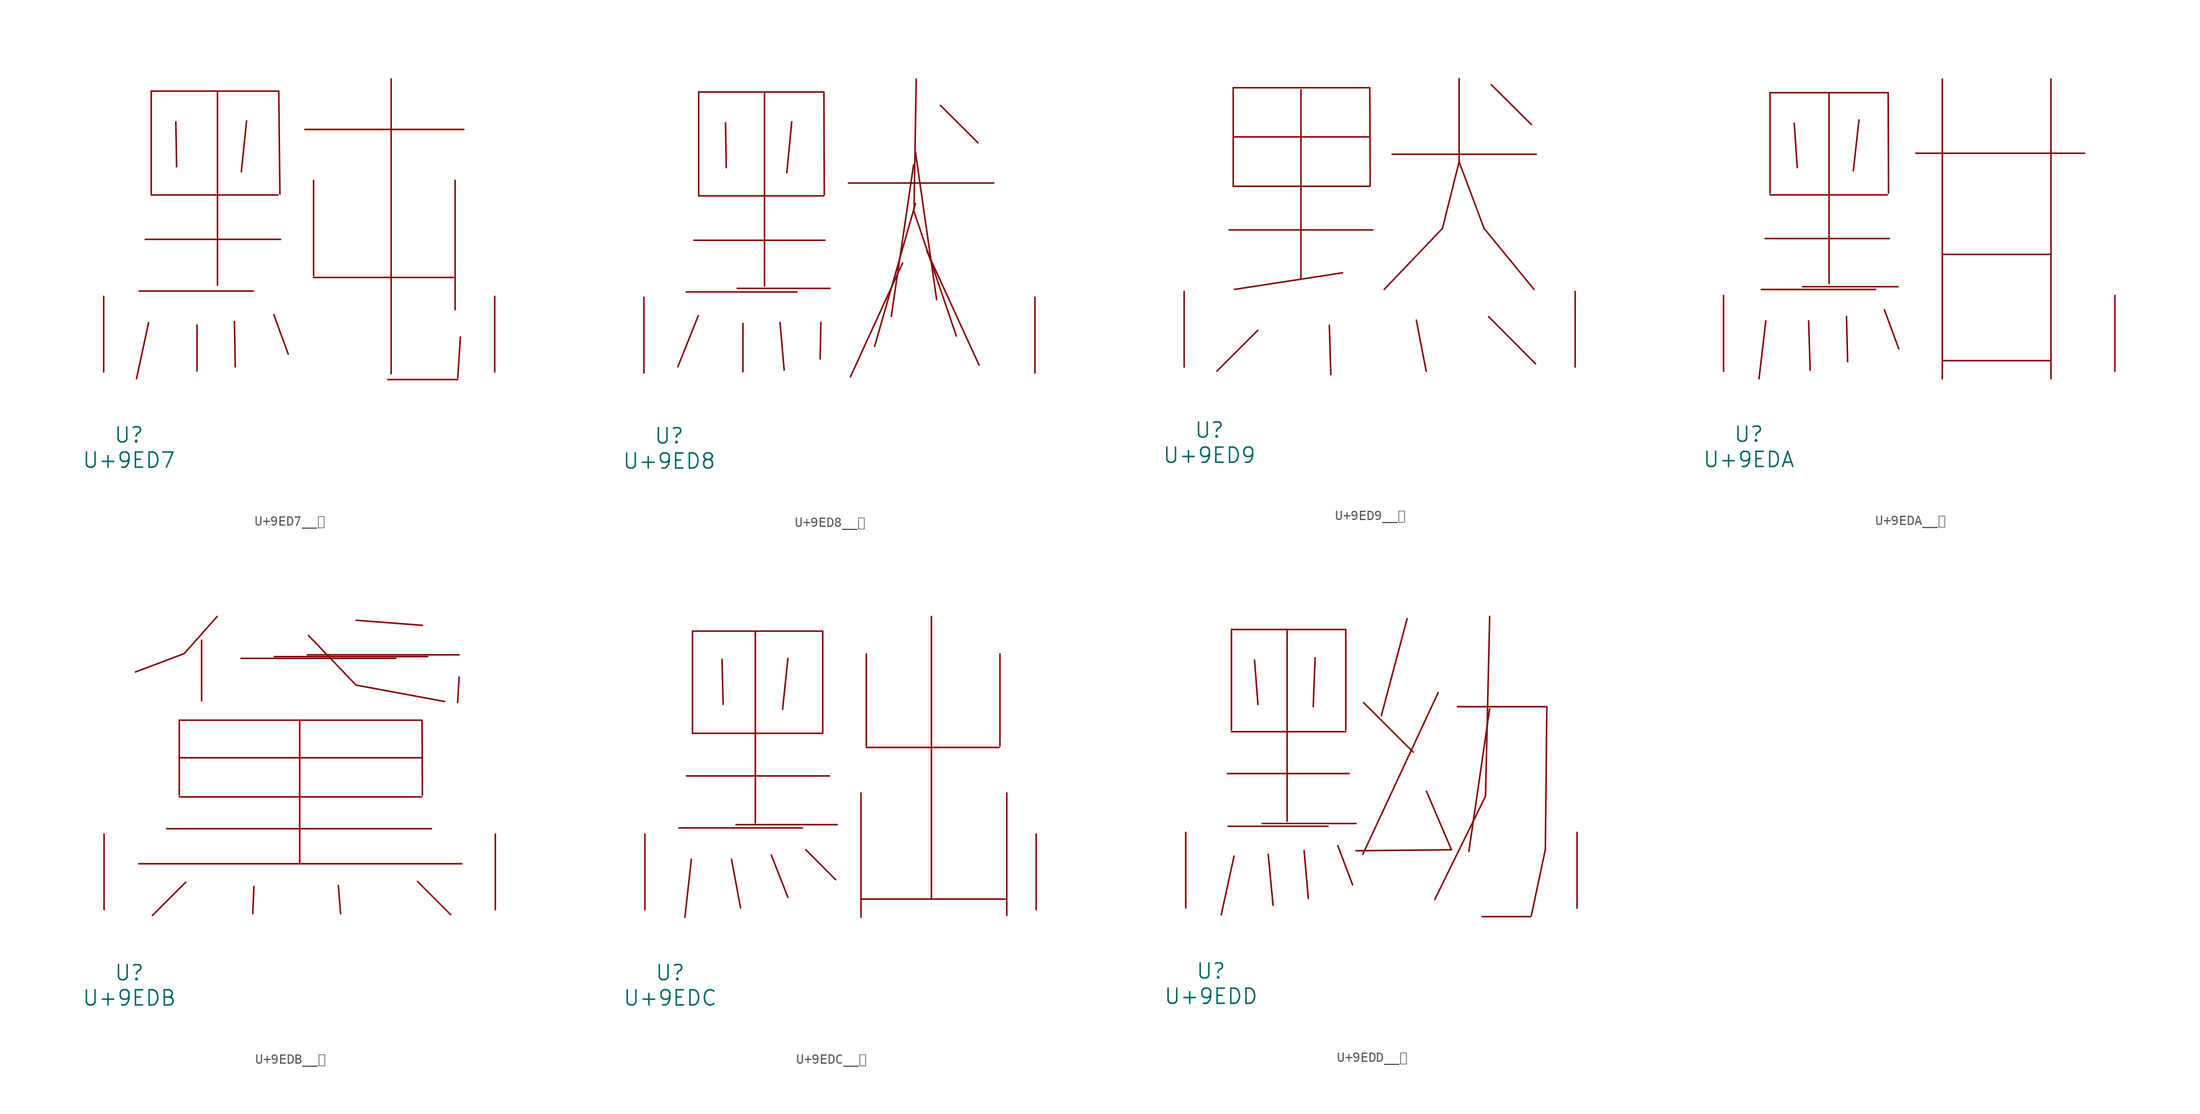
<source format=kicad_sym>
(kicad_symbol_lib
  (version 20231120)
  (generator "kicad_symbol_editor")
  (generator_version "8.0")
  (symbol "U+9ED7__黗"
    (pin_names
      (offset 1.016))
    (property "Reference" "U"
      (at 0 -6.35 0)
      (effects (font (size 1.524 1.524))))
    (property "Value" "U+9ED7"
      (at 0 -8.89 0)
      (effects (font (size 1.524 1.524))))
    (symbol "U+9ED7__黗_0_1"
      (polyline (pts (xy 1.029 8.153) (xy 12.535 8.153)) (stroke (width 0) (type solid)) (fill (type none)))
      (polyline (pts (xy 1.638 13.36) (xy 15.278 13.36)) (stroke (width 0) (type solid)) (fill (type none)))
      (polyline (pts (xy 1.981 4.978) (xy 0.762 -0.686)) (stroke (width 0) (type solid)) (fill (type none)))
      (polyline (pts (xy 2.248 17.831) (xy 15.011 17.831)) (stroke (width 0) (type solid)) (fill (type none)))
      (polyline (pts (xy 2.248 28.296) (xy 2.248 17.932)) (stroke (width 0) (type solid)) (fill (type none)))
      (polyline (pts (xy 4.724 25.197) (xy 4.801 20.676)) (stroke (width 0) (type solid)) (fill (type none)))
      (polyline (pts (xy 6.858 4.724) (xy 6.858 0.102)) (stroke (width 0) (type solid)) (fill (type none)))
      (polyline (pts (xy 8.915 28.296) (xy 8.915 8.738)) (stroke (width 0) (type solid)) (fill (type none)))
      (polyline (pts (xy 10.63 5.08) (xy 10.706 0.508)) (stroke (width 0) (type solid)) (fill (type none)))
      (polyline (pts (xy 11.849 25.298) (xy 11.316 20.168)) (stroke (width 0) (type solid)) (fill (type none)))
      (polyline (pts (xy 14.592 5.766) (xy 16.04 1.803)) (stroke (width 0) (type solid)) (fill (type none)))
      (polyline (pts (xy 17.716 24.435) (xy 33.718 24.435)) (stroke (width 0) (type solid)) (fill (type none)))
      (polyline (pts (xy 18.593 9.525) (xy 32.69 9.525)) (stroke (width 0) (type solid)) (fill (type none)))
      (polyline (pts (xy 18.593 19.304) (xy 18.593 9.703)) (stroke (width 0) (type solid)) (fill (type none)))
      (polyline (pts (xy 26.06 -0.762) (xy 33.109 -0.762)) (stroke (width 0) (type solid)) (fill (type none)))
      (polyline (pts (xy 26.403 29.515) (xy 26.403 -0.178)) (stroke (width 0) (type solid)) (fill (type none)))
      (polyline (pts (xy 32.842 19.304) (xy 32.842 6.274)) (stroke (width 0) (type solid)) (fill (type none)))
      (polyline (pts (xy 33.376 3.531) (xy 33.109 -0.584)) (stroke (width 0) (type solid)) (fill (type none)))
      (polyline (pts (xy 2.248 28.296) (xy 15.088 28.296) (xy 15.202 17.932)) (stroke (width 0) (type solid)) (fill (type none)))
      (pin input line (at -2.54 0 90) (length 7.62) (name "~" (effects (font (size 1.27 1.27)))) (number "~" (effects (font (size 1.27 1.27)))))
      (pin input line (at 36.83 0 90) (length 7.62) (name "~" (effects (font (size 1.27 1.27)))) (number "~" (effects (font (size 1.27 1.27)))))))
  (symbol "U+9ED8__默"
    (pin_names
      (offset 1.016))
    (property "Reference" "U"
      (at 0 -6.35 0)
      (effects (font (size 1.524 1.524))))
    (property "Value" "U+9ED8"
      (at 0 -8.89 0)
      (effects (font (size 1.524 1.524))))
    (symbol "U+9ED8__默_0_1"
      (polyline (pts (xy 1.714 8.153) (xy 12.878 8.153)) (stroke (width 0) (type solid)) (fill (type none)))
      (polyline (pts (xy 2.477 13.36) (xy 15.697 13.36)) (stroke (width 0) (type solid)) (fill (type none)))
      (polyline (pts (xy 2.934 5.766) (xy 0.876 0.61)) (stroke (width 0) (type solid)) (fill (type none)))
      (polyline (pts (xy 2.972 17.831) (xy 15.545 17.831)) (stroke (width 0) (type solid)) (fill (type none)))
      (polyline (pts (xy 2.972 28.296) (xy 2.972 17.932)) (stroke (width 0) (type solid)) (fill (type none)))
      (polyline (pts (xy 5.677 25.197) (xy 5.753 20.676)) (stroke (width 0) (type solid)) (fill (type none)))
      (polyline (pts (xy 6.858 8.509) (xy 16.192 8.509)) (stroke (width 0) (type solid)) (fill (type none)))
      (polyline (pts (xy 7.429 4.978) (xy 7.429 0.102)) (stroke (width 0) (type solid)) (fill (type none)))
      (polyline (pts (xy 9.601 28.296) (xy 9.601 8.738)) (stroke (width 0) (type solid)) (fill (type none)))
      (polyline (pts (xy 11.163 5.08) (xy 11.582 0.279)) (stroke (width 0) (type solid)) (fill (type none)))
      (polyline (pts (xy 12.344 25.298) (xy 11.849 20.168)) (stroke (width 0) (type solid)) (fill (type none)))
      (polyline (pts (xy 15.278 5.08) (xy 15.202 1.397)) (stroke (width 0) (type solid)) (fill (type none)))
      (polyline (pts (xy 18.059 19.126) (xy 32.69 19.126)) (stroke (width 0) (type solid)) (fill (type none)))
      (polyline (pts (xy 23.508 11.074) (xy 18.25 -0.406)) (stroke (width 0) (type solid)) (fill (type none)))
      (polyline (pts (xy 24.613 20.955) (xy 22.365 5.69)) (stroke (width 0) (type solid)) (fill (type none)))
      (polyline (pts (xy 24.803 17.069) (xy 20.688 2.667)) (stroke (width 0) (type solid)) (fill (type none)))
      (polyline (pts (xy 24.803 22.225) (xy 26.937 7.366)) (stroke (width 0) (type solid)) (fill (type none)))
      (polyline (pts (xy 25.946 12.268) (xy 31.204 0.787)) (stroke (width 0) (type solid)) (fill (type none)))
      (polyline (pts (xy 27.318 26.949) (xy 31.09 23.19)) (stroke (width 0) (type solid)) (fill (type none)))
      (polyline (pts (xy 2.972 28.296) (xy 15.583 28.296) (xy 15.621 17.932)) (stroke (width 0) (type solid)) (fill (type none)))
      (polyline (pts (xy 24.879 29.591) (xy 24.651 16.256) (xy 28.918 3.708)) (stroke (width 0) (type solid)) (fill (type none)))
      (pin input line (at -2.54 0 90) (length 7.62) (name "~" (effects (font (size 1.27 1.27)))) (number "~" (effects (font (size 1.27 1.27)))))
      (pin input line (at 36.83 0 90) (length 7.62) (name "~" (effects (font (size 1.27 1.27)))) (number "~" (effects (font (size 1.27 1.27)))))))
  (symbol "U+9ED9__黙"
    (pin_names
      (offset 1.016))
    (property "Reference" "U"
      (at 0 -6.35 0)
      (effects (font (size 1.524 1.524))))
    (property "Value" "U+9ED9"
      (at 0 -8.89 0)
      (effects (font (size 1.524 1.524))))
    (symbol "U+9ED9__黙_0_1"
      (polyline (pts (xy 1.981 13.818) (xy 16.459 13.818)) (stroke (width 0) (type solid)) (fill (type none)))
      (polyline (pts (xy 2.4 18.212) (xy 16.116 18.212)) (stroke (width 0) (type solid)) (fill (type none)))
      (polyline (pts (xy 2.4 23.19) (xy 16.116 23.19)) (stroke (width 0) (type solid)) (fill (type none)))
      (polyline (pts (xy 2.4 28.143) (xy 2.4 18.263)) (stroke (width 0) (type solid)) (fill (type none)))
      (polyline (pts (xy 2.515 7.823) (xy 13.411 9.5)) (stroke (width 0) (type solid)) (fill (type none)))
      (polyline (pts (xy 4.877 3.708) (xy 0.762 -0.406)) (stroke (width 0) (type solid)) (fill (type none)))
      (polyline (pts (xy 9.22 27.94) (xy 9.22 8.941)) (stroke (width 0) (type solid)) (fill (type none)))
      (polyline (pts (xy 12.078 4.216) (xy 12.23 -0.762)) (stroke (width 0) (type solid)) (fill (type none)))
      (polyline (pts (xy 18.402 21.438) (xy 32.918 21.438)) (stroke (width 0) (type solid)) (fill (type none)))
      (polyline (pts (xy 20.841 4.724) (xy 21.831 -0.406)) (stroke (width 0) (type solid)) (fill (type none)))
      (polyline (pts (xy 28.118 5.08) (xy 32.842 0.33)) (stroke (width 0) (type solid)) (fill (type none)))
      (polyline (pts (xy 28.384 28.448) (xy 32.423 24.435)) (stroke (width 0) (type solid)) (fill (type none)))
      (polyline (pts (xy 2.4 28.143) (xy 16.154 28.143) (xy 16.192 18.263)) (stroke (width 0) (type solid)) (fill (type none)))
      (polyline (pts (xy 25.146 20.676) (xy 27.661 13.97) (xy 32.69 7.823)) (stroke (width 0) (type solid)) (fill (type none)))
      (polyline (pts (xy 25.146 29.058) (xy 25.146 20.676) (xy 23.47 13.97) (xy 17.602 7.823)) (stroke (width 0) (type solid)) (fill (type none)))
      (pin input line (at -2.54 0 90) (length 7.62) (name "~" (effects (font (size 1.27 1.27)))) (number "~" (effects (font (size 1.27 1.27)))))
      (pin input line (at 36.83 0 90) (length 7.62) (name "~" (effects (font (size 1.27 1.27)))) (number "~" (effects (font (size 1.27 1.27)))))))
  (symbol "U+9EDA__黚"
    (pin_names
      (offset 1.016))
    (property "Reference" "U"
      (at 0 -6.35 0)
      (effects (font (size 1.524 1.524))))
    (property "Value" "U+9EDA"
      (at 0 -8.89 0)
      (effects (font (size 1.524 1.524))))
    (symbol "U+9EDA__黚_0_1"
      (polyline (pts (xy 1.257 8.23) (xy 12.764 8.23)) (stroke (width 0) (type solid)) (fill (type none)))
      (polyline (pts (xy 1.638 13.36) (xy 14.135 13.36)) (stroke (width 0) (type solid)) (fill (type none)))
      (polyline (pts (xy 1.714 5.08) (xy 1.029 -0.762)) (stroke (width 0) (type solid)) (fill (type none)))
      (polyline (pts (xy 2.134 17.755) (xy 13.945 17.755)) (stroke (width 0) (type solid)) (fill (type none)))
      (polyline (pts (xy 2.134 28.042) (xy 2.134 17.932)) (stroke (width 0) (type solid)) (fill (type none)))
      (polyline (pts (xy 4.572 24.968) (xy 4.877 20.498)) (stroke (width 0) (type solid)) (fill (type none)))
      (polyline (pts (xy 5.41 8.509) (xy 15.011 8.509)) (stroke (width 0) (type solid)) (fill (type none)))
      (polyline (pts (xy 6.02 5.08) (xy 6.172 0.102)) (stroke (width 0) (type solid)) (fill (type none)))
      (polyline (pts (xy 8.077 28.042) (xy 8.077 8.839)) (stroke (width 0) (type solid)) (fill (type none)))
      (polyline (pts (xy 9.83 5.512) (xy 9.944 0.965)) (stroke (width 0) (type solid)) (fill (type none)))
      (polyline (pts (xy 11.087 25.298) (xy 10.516 20.168)) (stroke (width 0) (type solid)) (fill (type none)))
      (polyline (pts (xy 13.64 6.198) (xy 15.088 2.261)) (stroke (width 0) (type solid)) (fill (type none)))
      (polyline (pts (xy 16.802 21.946) (xy 33.795 21.946)) (stroke (width 0) (type solid)) (fill (type none)))
      (polyline (pts (xy 19.469 1.067) (xy 30.366 1.067)) (stroke (width 0) (type solid)) (fill (type none)))
      (polyline (pts (xy 19.469 11.76) (xy 30.366 11.76)) (stroke (width 0) (type solid)) (fill (type none)))
      (polyline (pts (xy 19.469 29.413) (xy 19.469 -0.762)) (stroke (width 0) (type solid)) (fill (type none)))
      (polyline (pts (xy 30.404 29.413) (xy 30.404 -0.762)) (stroke (width 0) (type solid)) (fill (type none)))
      (polyline (pts (xy 2.134 28.042) (xy 14.021 28.042) (xy 14.059 17.932)) (stroke (width 0) (type solid)) (fill (type none)))
      (pin input line (at -2.54 0 90) (length 7.62) (name "~" (effects (font (size 1.27 1.27)))) (number "~" (effects (font (size 1.27 1.27)))))
      (pin input line (at 36.83 0 90) (length 7.62) (name "~" (effects (font (size 1.27 1.27)))) (number "~" (effects (font (size 1.27 1.27)))))))
  (symbol "U+9EDB__黛"
    (pin_names
      (offset 1.016))
    (property "Reference" "U"
      (at 0 -6.35 0)
      (effects (font (size 1.524 1.524))))
    (property "Value" "U+9EDB"
      (at 0 -8.89 0)
      (effects (font (size 1.524 1.524))))
    (symbol "U+9EDB__黛_0_1"
      (polyline (pts (xy 0.953 4.623) (xy 33.452 4.623)) (stroke (width 0) (type solid)) (fill (type none)))
      (polyline (pts (xy 3.772 8.153) (xy 30.404 8.153)) (stroke (width 0) (type solid)) (fill (type none)))
      (polyline (pts (xy 5.029 11.354) (xy 29.413 11.354)) (stroke (width 0) (type solid)) (fill (type none)))
      (polyline (pts (xy 5.029 15.291) (xy 29.413 15.291)) (stroke (width 0) (type solid)) (fill (type none)))
      (polyline (pts (xy 5.029 19.075) (xy 5.029 11.532)) (stroke (width 0) (type solid)) (fill (type none)))
      (polyline (pts (xy 5.677 2.769) (xy 2.324 -0.584)) (stroke (width 0) (type solid)) (fill (type none)))
      (polyline (pts (xy 7.277 27.127) (xy 7.277 21.031)) (stroke (width 0) (type solid)) (fill (type none)))
      (polyline (pts (xy 11.239 25.298) (xy 26.822 25.298)) (stroke (width 0) (type solid)) (fill (type none)))
      (polyline (pts (xy 12.535 2.337) (xy 12.421 -0.406)) (stroke (width 0) (type solid)) (fill (type none)))
      (polyline (pts (xy 14.592 25.476) (xy 30.023 25.476)) (stroke (width 0) (type solid)) (fill (type none)))
      (polyline (pts (xy 17.145 19.075) (xy 17.145 4.724)) (stroke (width 0) (type solid)) (fill (type none)))
      (polyline (pts (xy 17.907 25.654) (xy 33.185 25.654)) (stroke (width 0) (type solid)) (fill (type none)))
      (polyline (pts (xy 21.031 2.438) (xy 21.26 -0.406)) (stroke (width 0) (type solid)) (fill (type none)))
      (polyline (pts (xy 22.822 29.134) (xy 29.489 28.626)) (stroke (width 0) (type solid)) (fill (type none)))
      (polyline (pts (xy 28.994 2.845) (xy 32.347 -0.508)) (stroke (width 0) (type solid)) (fill (type none)))
      (polyline (pts (xy 33.185 23.419) (xy 33.033 20.853)) (stroke (width 0) (type solid)) (fill (type none)))
      (polyline (pts (xy 5.029 19.075) (xy 29.451 19.075) (xy 29.489 11.532)) (stroke (width 0) (type solid)) (fill (type none)))
      (polyline (pts (xy 8.839 29.515) (xy 5.524 25.781) (xy 0.61 23.927)) (stroke (width 0) (type solid)) (fill (type none)))
      (polyline (pts (xy 18.021 27.61) (xy 22.822 22.606) (xy 31.737 20.955)) (stroke (width 0) (type solid)) (fill (type none)))
      (pin input line (at -2.54 0 90) (length 7.62) (name "~" (effects (font (size 1.27 1.27)))) (number "~" (effects (font (size 1.27 1.27)))))
      (pin input line (at 36.83 0 90) (length 7.62) (name "~" (effects (font (size 1.27 1.27)))) (number "~" (effects (font (size 1.27 1.27)))))))
  (symbol "U+9EDC__黜"
    (pin_names
      (offset 1.016))
    (property "Reference" "U"
      (at 0 -6.35 0)
      (effects (font (size 1.524 1.524))))
    (property "Value" "U+9EDC"
      (at 0 -8.89 0)
      (effects (font (size 1.524 1.524))))
    (symbol "U+9EDC__黜_0_1"
      (polyline (pts (xy 0.876 8.23) (xy 13.297 8.23)) (stroke (width 0) (type solid)) (fill (type none)))
      (polyline (pts (xy 1.638 13.462) (xy 16.04 13.462)) (stroke (width 0) (type solid)) (fill (type none)))
      (polyline (pts (xy 2.134 5.08) (xy 1.486 -0.762)) (stroke (width 0) (type solid)) (fill (type none)))
      (polyline (pts (xy 2.248 17.755) (xy 15.354 17.755)) (stroke (width 0) (type solid)) (fill (type none)))
      (polyline (pts (xy 2.248 28.042) (xy 2.248 17.831)) (stroke (width 0) (type solid)) (fill (type none)))
      (polyline (pts (xy 5.22 25.197) (xy 5.334 20.676)) (stroke (width 0) (type solid)) (fill (type none)))
      (polyline (pts (xy 6.172 5.08) (xy 7.087 0.178)) (stroke (width 0) (type solid)) (fill (type none)))
      (polyline (pts (xy 6.629 8.56) (xy 16.802 8.56)) (stroke (width 0) (type solid)) (fill (type none)))
      (polyline (pts (xy 8.572 28.042) (xy 8.572 8.738)) (stroke (width 0) (type solid)) (fill (type none)))
      (polyline (pts (xy 10.173 5.512) (xy 11.849 1.245)) (stroke (width 0) (type solid)) (fill (type none)))
      (polyline (pts (xy 11.849 25.298) (xy 11.316 20.168)) (stroke (width 0) (type solid)) (fill (type none)))
      (polyline (pts (xy 13.64 6.045) (xy 16.65 3.023)) (stroke (width 0) (type solid)) (fill (type none)))
      (polyline (pts (xy 19.202 1.067) (xy 33.795 1.067)) (stroke (width 0) (type solid)) (fill (type none)))
      (polyline (pts (xy 19.202 11.76) (xy 19.202 -0.762)) (stroke (width 0) (type solid)) (fill (type none)))
      (polyline (pts (xy 19.736 16.332) (xy 33.109 16.332)) (stroke (width 0) (type solid)) (fill (type none)))
      (polyline (pts (xy 19.736 25.756) (xy 19.736 16.485)) (stroke (width 0) (type solid)) (fill (type none)))
      (polyline (pts (xy 26.289 29.515) (xy 26.289 1.118)) (stroke (width 0) (type solid)) (fill (type none)))
      (polyline (pts (xy 33.185 25.756) (xy 33.185 16.485)) (stroke (width 0) (type solid)) (fill (type none)))
      (polyline (pts (xy 33.871 11.76) (xy 33.871 -0.584)) (stroke (width 0) (type solid)) (fill (type none)))
      (polyline (pts (xy 2.248 28.042) (xy 15.354 28.042) (xy 15.354 17.831)) (stroke (width 0) (type solid)) (fill (type none)))
      (pin input line (at -2.54 0 90) (length 7.62) (name "~" (effects (font (size 1.27 1.27)))) (number "~" (effects (font (size 1.27 1.27)))))
      (pin input line (at 36.83 0 90) (length 7.62) (name "~" (effects (font (size 1.27 1.27)))) (number "~" (effects (font (size 1.27 1.27)))))))
  (symbol "U+9EDD__黝"
    (pin_names
      (offset 1.016))
    (property "Reference" "U"
      (at 0 -6.35 0)
      (effects (font (size 1.524 1.524))))
    (property "Value" "U+9EDD"
      (at 0 -8.89 0)
      (effects (font (size 1.524 1.524))))
    (symbol "U+9EDD__黝_0_1"
      (polyline (pts (xy 1.638 13.538) (xy 13.906 13.538)) (stroke (width 0) (type solid)) (fill (type none)))
      (polyline (pts (xy 1.714 8.23) (xy 11.773 8.23)) (stroke (width 0) (type solid)) (fill (type none)))
      (polyline (pts (xy 2.057 17.755) (xy 13.564 17.755)) (stroke (width 0) (type solid)) (fill (type none)))
      (polyline (pts (xy 2.057 28.042) (xy 2.057 17.932)) (stroke (width 0) (type solid)) (fill (type none)))
      (polyline (pts (xy 2.324 5.232) (xy 1.029 -0.686)) (stroke (width 0) (type solid)) (fill (type none)))
      (polyline (pts (xy 4.381 24.968) (xy 4.724 20.498)) (stroke (width 0) (type solid)) (fill (type none)))
      (polyline (pts (xy 5.144 8.509) (xy 14.592 8.509)) (stroke (width 0) (type solid)) (fill (type none)))
      (polyline (pts (xy 5.753 5.41) (xy 6.248 0.279)) (stroke (width 0) (type solid)) (fill (type none)))
      (polyline (pts (xy 7.658 28.042) (xy 7.658 8.738)) (stroke (width 0) (type solid)) (fill (type none)))
      (polyline (pts (xy 9.373 5.766) (xy 9.792 0.965)) (stroke (width 0) (type solid)) (fill (type none)))
      (polyline (pts (xy 10.477 25.197) (xy 10.287 20.269)) (stroke (width 0) (type solid)) (fill (type none)))
      (polyline (pts (xy 12.764 6.274) (xy 14.249 2.337)) (stroke (width 0) (type solid)) (fill (type none)))
      (polyline (pts (xy 15.354 20.676) (xy 20.345 15.697)) (stroke (width 0) (type solid)) (fill (type none)))
      (polyline (pts (xy 19.736 29.134) (xy 17.145 19.38)) (stroke (width 0) (type solid)) (fill (type none)))
      (polyline (pts (xy 22.86 21.692) (xy 15.278 5.41)) (stroke (width 0) (type solid)) (fill (type none)))
      (polyline (pts (xy 27.28 -0.864) (xy 32.156 -0.864)) (stroke (width 0) (type solid)) (fill (type none)))
      (polyline (pts (xy 28.042 20.066) (xy 25.946 5.69)) (stroke (width 0) (type solid)) (fill (type none)))
      (polyline (pts (xy 2.057 28.042) (xy 13.564 28.042) (xy 13.564 17.932)) (stroke (width 0) (type solid)) (fill (type none)))
      (polyline (pts (xy 21.679 11.76) (xy 24.194 5.867) (xy 14.592 5.766)) (stroke (width 0) (type solid)) (fill (type none)))
      (polyline (pts (xy 28.042 29.362) (xy 27.622 11.252) (xy 22.517 0.864)) (stroke (width 0) (type solid)) (fill (type none)))
      (polyline (pts (xy 24.803 20.269) (xy 33.795 20.269) (xy 33.642 5.893) (xy 32.233 -0.762)) (stroke (width 0) (type solid)) (fill (type none)))
      (pin input line (at -2.54 0 90) (length 7.62) (name "~" (effects (font (size 1.27 1.27)))) (number "~" (effects (font (size 1.27 1.27)))))
      (pin input line (at 36.83 0 90) (length 7.62) (name "~" (effects (font (size 1.27 1.27)))) (number "~" (effects (font (size 1.27 1.27))))))))
</source>
